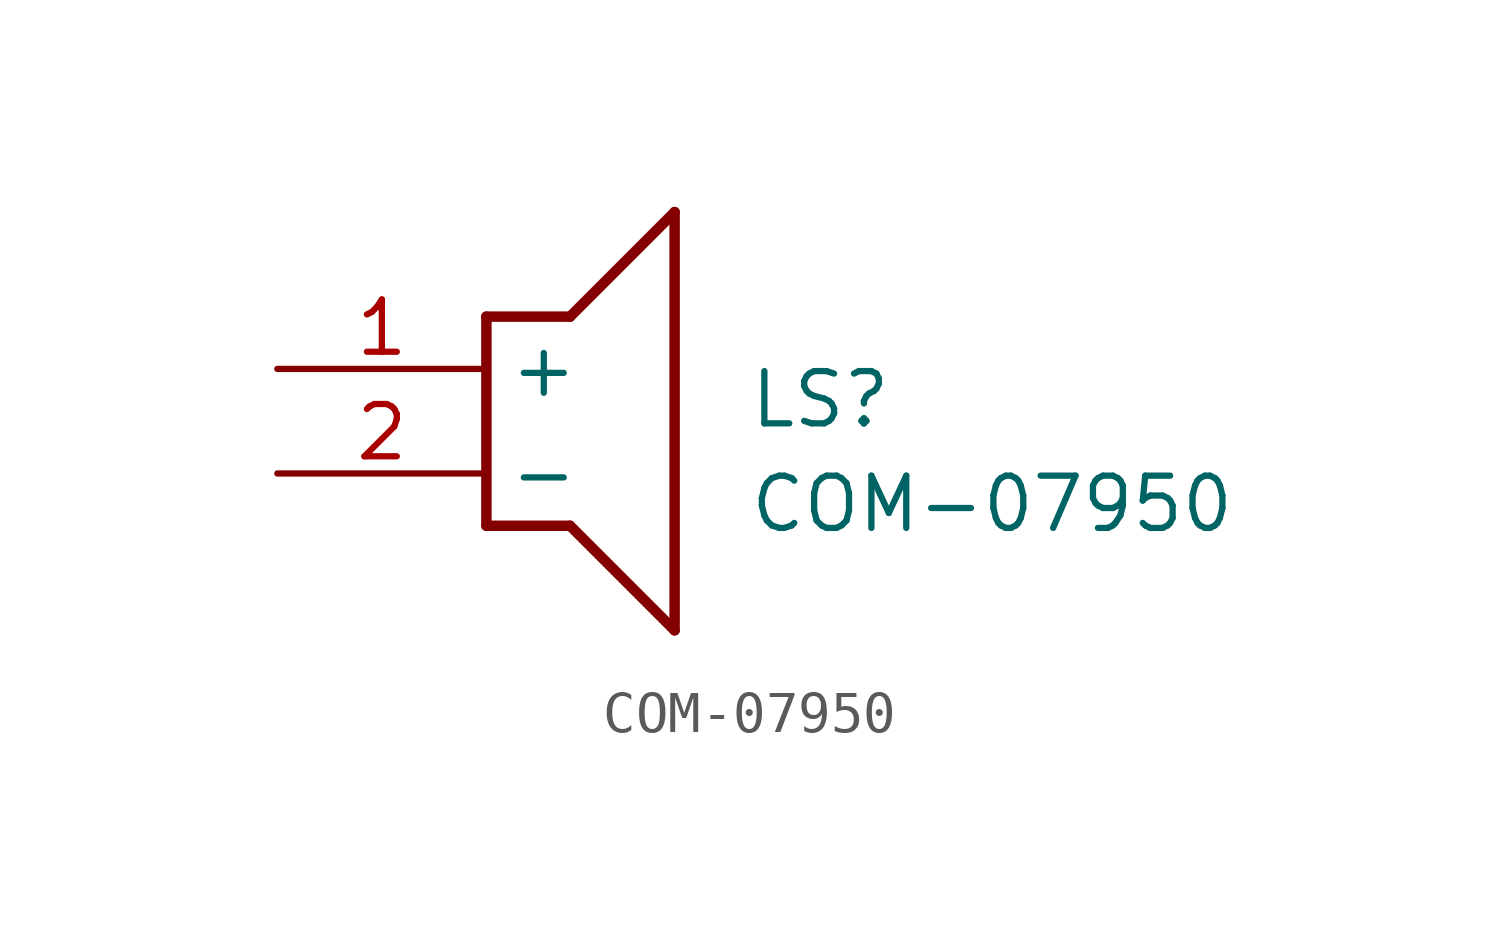
<source format=kicad_sym>
(kicad_symbol_lib
  (version 20211014)
  (generator SamacSys_ECAD_Model)
  (symbol "COM-07950"
    (property "Reference" "LS"
      (at 11.43 0 0)
      (effects (font (size 1.27 1.27)) (justify left top)))
    (property "Value" "COM-07950"
      (at 11.43 -2.54 0)
      (effects (font (size 1.27 1.27)) (justify left top)))
    (polyline
      (pts (xy 5.08 1.27) (xy 7.112 1.27))
      (stroke (width 0.254) (type default))
      (fill (type none)))
    (polyline
      (pts (xy 9.652 3.81) (xy 7.112 1.27))
      (stroke (width 0.254) (type default))
      (fill (type none)))
    (polyline
      (pts (xy 9.652 3.81) (xy 9.652 -6.35))
      (stroke (width 0.254) (type default))
      (fill (type none)))
    (polyline
      (pts (xy 7.112 -3.81) (xy 9.652 -6.35))
      (stroke (width 0.254) (type default))
      (fill (type none)))
    (polyline
      (pts (xy 7.112 -3.81) (xy 5.08 -3.81))
      (stroke (width 0.254) (type default))
      (fill (type none)))
    (polyline
      (pts (xy 5.08 1.27) (xy 5.08 -3.81))
      (stroke (width 0.254) (type default))
      (fill (type none)))
    (pin passive line
      (at 0 0 0)
      (length 5.08)
      (name "+" (effects (font (size 1.27 1.27))))
      (number "1" (effects (font (size 1.27 1.27)))))
    (pin passive line
      (at 0 -2.54 0)
      (length 5.08)
      (name "-" (effects (font (size 1.27 1.27))))
      (number "2" (effects (font (size 1.27 1.27)))))))
</source>
